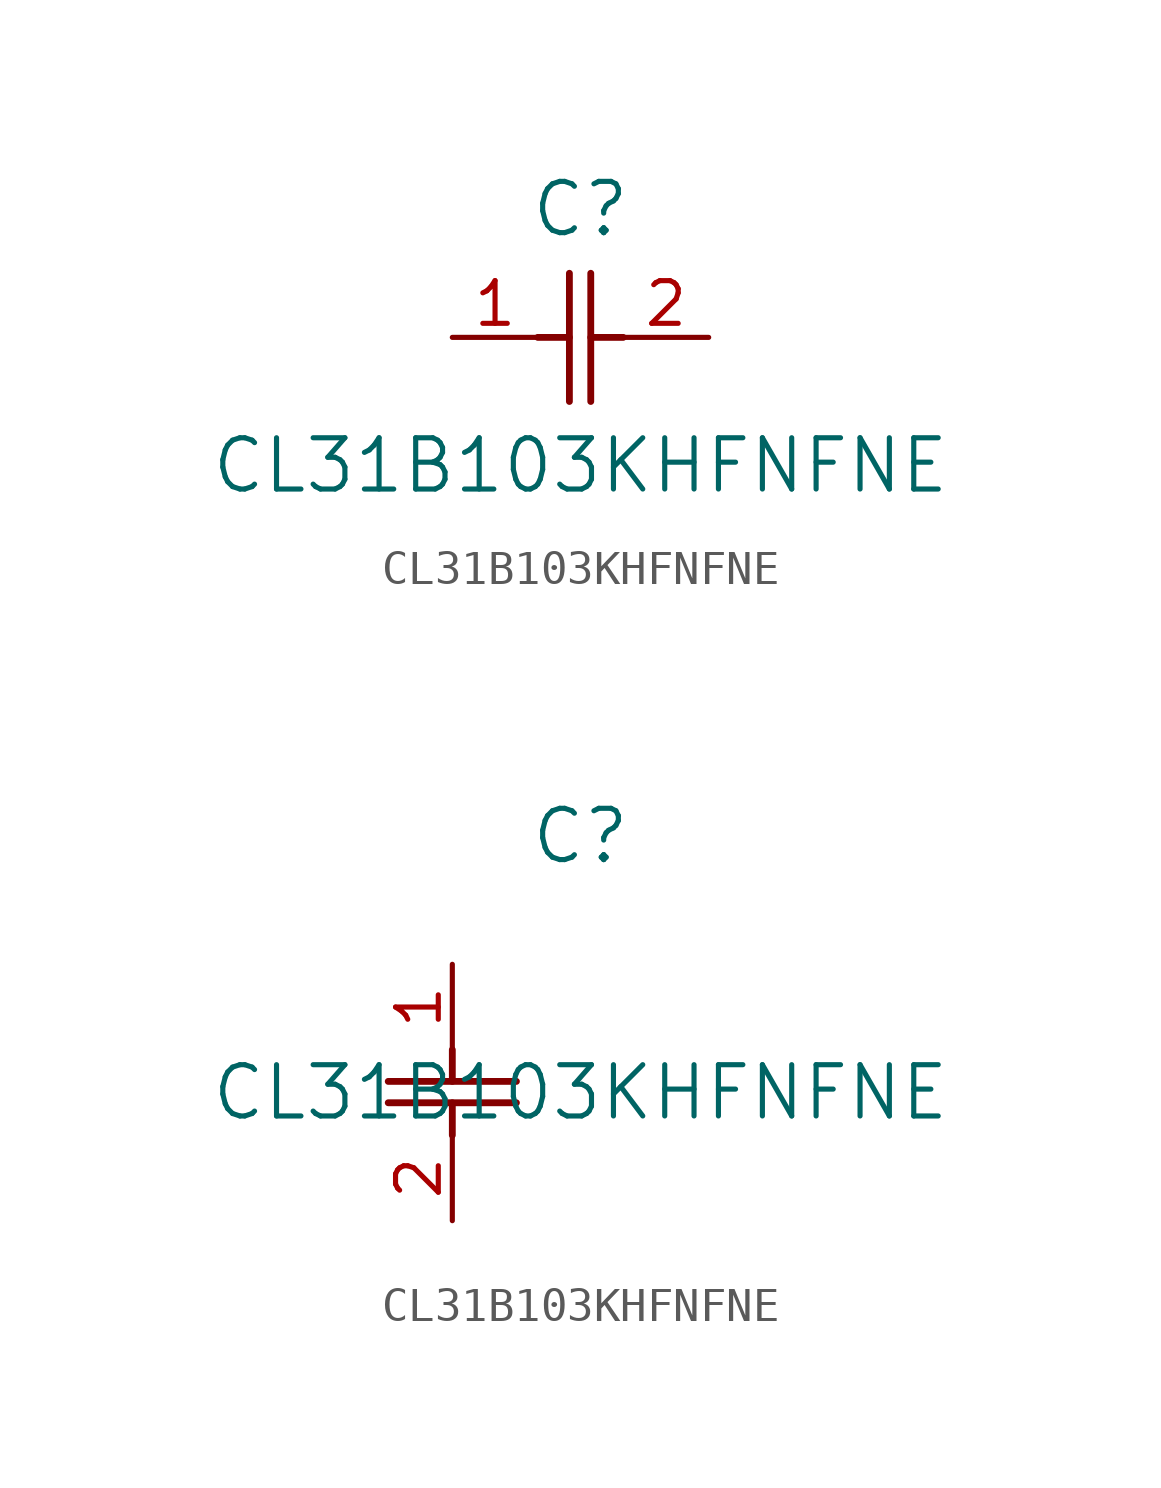
<source format=kicad_sym>
(kicad_symbol_lib
  (version 20211014)
  (generator kicad_symbol_editor)
  (symbol "CL31B103KHFNFNE"
    (pin_names
      (offset 0.254))
    (property "Reference" "C"
      (at 3.81 3.81 0)
      (effects (font (size 1.524 1.524))))
    (property "Value" "CL31B103KHFNFNE"
      (at 3.81 -3.81 0)
      (effects (font (size 1.524 1.524))))
    (symbol "CL31B103KHFNFNE_1_1"
      (polyline (pts (xy 3.48 -1.905) (xy 3.48 1.905)) (stroke (width 0.203) (type default) (color 0 0 0 0)) (fill (type none)))
      (polyline (pts (xy 4.115 -1.905) (xy 4.115 1.905)) (stroke (width 0.203) (type default) (color 0 0 0 0)) (fill (type none)))
      (polyline (pts (xy 4.115 0) (xy 5.08 0)) (stroke (width 0.203) (type default) (color 0 0 0 0)) (fill (type none)))
      (polyline (pts (xy 2.54 0) (xy 3.48 0)) (stroke (width 0.203) (type default) (color 0 0 0 0)) (fill (type none)))
      (pin unspecified line (at 0 0 0) (length 2.54) (name "" (effects (font (size 1.27 1.27)))) (number "1" (effects (font (size 1.27 1.27)))))
      (pin unspecified line (at 7.62 0 180) (length 2.54) (name "" (effects (font (size 1.27 1.27)))) (number "2" (effects (font (size 1.27 1.27))))))
    (symbol "CL31B103KHFNFNE_1_2"
      (polyline (pts (xy -1.905 -3.48) (xy 1.905 -3.48)) (stroke (width 0.203) (type default) (color 0 0 0 0)) (fill (type none)))
      (polyline (pts (xy -1.905 -4.115) (xy 1.905 -4.115)) (stroke (width 0.203) (type default) (color 0 0 0 0)) (fill (type none)))
      (polyline (pts (xy 0 -4.115) (xy 0 -5.08)) (stroke (width 0.203) (type default) (color 0 0 0 0)) (fill (type none)))
      (polyline (pts (xy 0 -2.54) (xy 0 -3.48)) (stroke (width 0.203) (type default) (color 0 0 0 0)) (fill (type none)))
      (pin unspecified line (at 0 0 270) (length 2.54) (name "" (effects (font (size 1.27 1.27)))) (number "1" (effects (font (size 1.27 1.27)))))
      (pin unspecified line (at 0 -7.62 90) (length 2.54) (name "" (effects (font (size 1.27 1.27)))) (number "2" (effects (font (size 1.27 1.27))))))))
</source>
